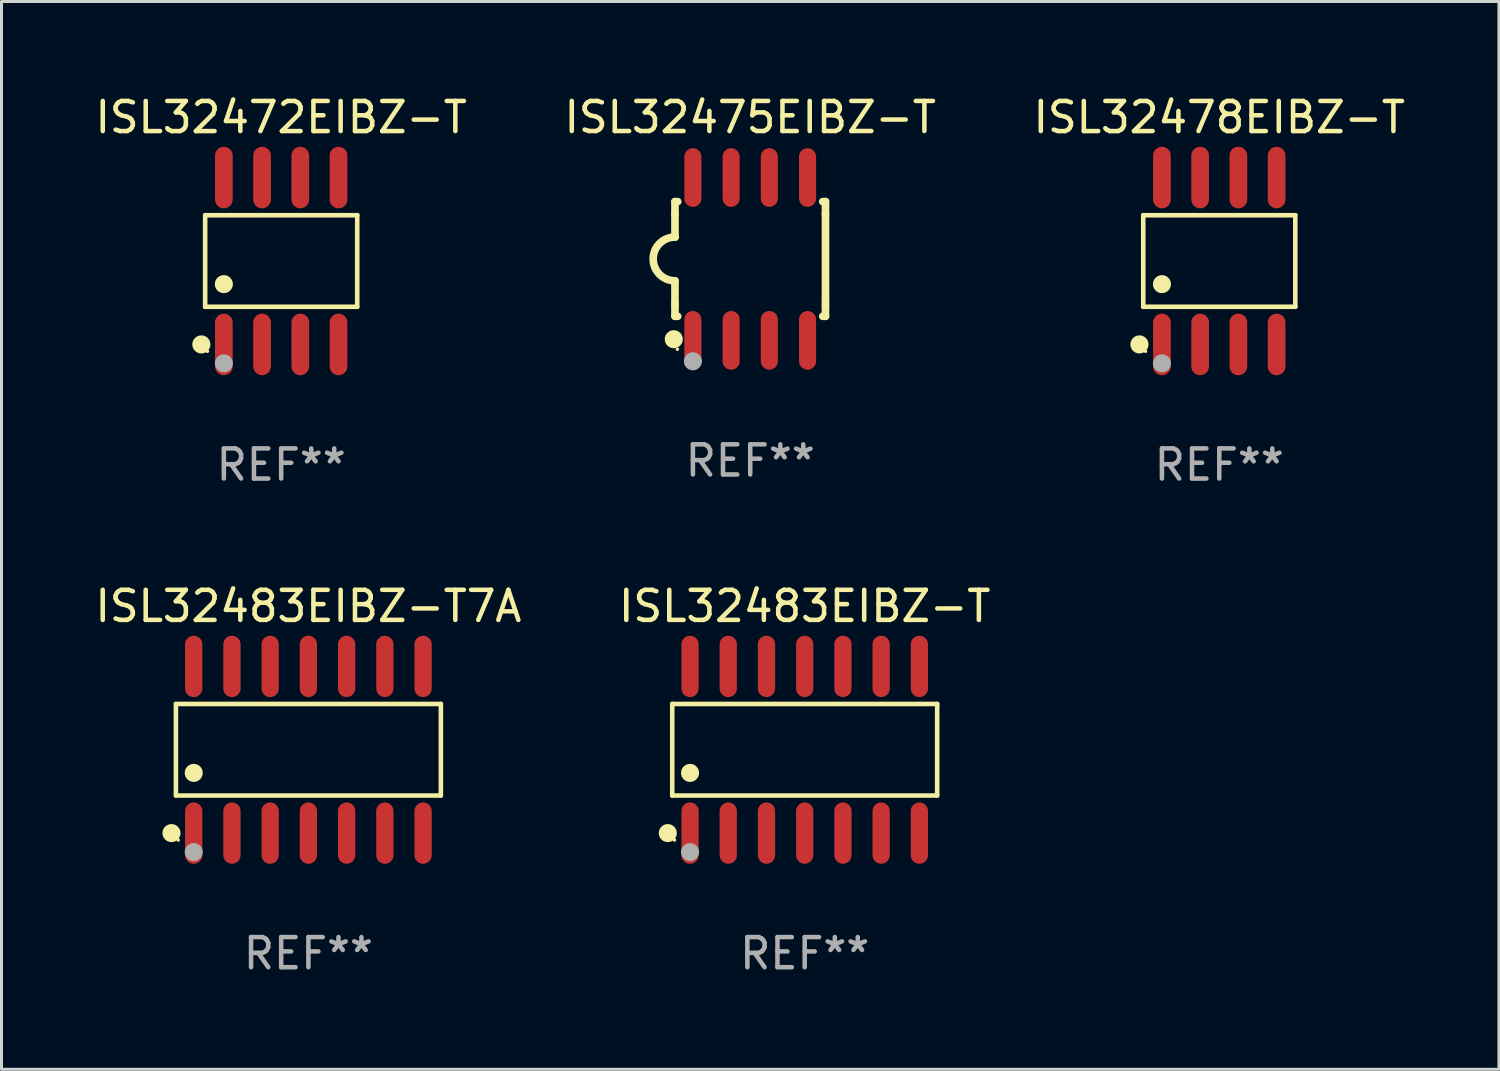
<source format=kicad_pcb>
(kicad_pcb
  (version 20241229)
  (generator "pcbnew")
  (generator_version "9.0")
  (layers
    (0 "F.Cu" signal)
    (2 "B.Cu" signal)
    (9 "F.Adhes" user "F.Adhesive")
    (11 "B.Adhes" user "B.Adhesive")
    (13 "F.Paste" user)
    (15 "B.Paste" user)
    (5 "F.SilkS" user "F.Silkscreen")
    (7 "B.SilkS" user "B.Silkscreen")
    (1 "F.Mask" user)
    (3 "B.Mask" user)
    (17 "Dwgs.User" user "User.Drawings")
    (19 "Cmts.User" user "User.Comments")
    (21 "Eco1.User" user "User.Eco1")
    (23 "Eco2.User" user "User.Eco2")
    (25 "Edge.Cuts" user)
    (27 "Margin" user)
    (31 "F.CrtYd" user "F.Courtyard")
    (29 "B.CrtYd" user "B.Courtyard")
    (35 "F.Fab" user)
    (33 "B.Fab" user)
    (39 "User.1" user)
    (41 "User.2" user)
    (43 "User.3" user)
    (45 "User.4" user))
  (footprint "ISL32483EIBZ-T7A"
    (layer "F.Cu")
    (at 7.196 21.859)
    (property "Reference" "ISL32483EIBZ-T7A" (at 0 -4.769 0) (layer "F.SilkS") (effects (font (size 1 1) (thickness 0.15))))
    (attr through_hole)
    (fp_line (start -4.401 -1.521) (end 4.401 -1.521) (stroke (width 0.152) (type solid)) (layer "F.SilkS"))
    (fp_line (start -4.401 1.521) (end -4.401 -1.521) (stroke (width 0.152) (type solid)) (layer "F.SilkS"))
    (fp_line (start 4.401 -1.521) (end 4.401 1.521) (stroke (width 0.152) (type solid)) (layer "F.SilkS"))
    (fp_line (start 4.401 1.521) (end -4.401 1.521) (stroke (width 0.152) (type solid)) (layer "F.SilkS"))
    (fp_circle (center -4.549 2.769) (end -4.399 2.769) (stroke (width 0.3) (type solid)) (fill no) (layer "F.SilkS"))
    (fp_circle (center -4.325 3) (end -4.295 3) (stroke (width 0.06) (type solid)) (fill no) (layer "F.SilkS"))
    (fp_circle (center -3.81 0.769) (end -3.66 0.769) (stroke (width 0.3) (type solid)) (fill no) (layer "F.SilkS"))
    (fp_circle (center -3.81 3.4) (end -3.66 3.4) (stroke (width 0.3) (type solid)) (fill no) (layer "F.Fab"))
    (fp_text user "REF**" (at 0 6.769 0) (layer "F.Fab") (effects (font (size 1 1) (thickness 0.15))))
    (pad "1" smd oval (at -3.81 2.769) (size 0.574 2.038) (layers "F.Cu" "F.Mask" "F.Paste"))
    (pad "2" smd oval (at -2.54 2.769) (size 0.574 2.038) (layers "F.Cu" "F.Mask" "F.Paste"))
    (pad "3" smd oval (at -1.27 2.769) (size 0.574 2.038) (layers "F.Cu" "F.Mask" "F.Paste"))
    (pad "4" smd oval (at 0 2.769) (size 0.574 2.038) (layers "F.Cu" "F.Mask" "F.Paste"))
    (pad "5" smd oval (at 1.27 2.769) (size 0.574 2.038) (layers "F.Cu" "F.Mask" "F.Paste"))
    (pad "6" smd oval (at 2.54 2.769) (size 0.574 2.038) (layers "F.Cu" "F.Mask" "F.Paste"))
    (pad "7" smd oval (at 3.81 2.769) (size 0.574 2.038) (layers "F.Cu" "F.Mask" "F.Paste"))
    (pad "8" smd oval (at 3.81 -2.769) (size 0.574 2.038) (layers "F.Cu" "F.Mask" "F.Paste"))
    (pad "9" smd oval (at 2.54 -2.769) (size 0.574 2.038) (layers "F.Cu" "F.Mask" "F.Paste"))
    (pad "10" smd oval (at 1.27 -2.769) (size 0.574 2.038) (layers "F.Cu" "F.Mask" "F.Paste"))
    (pad "11" smd oval (at 0 -2.769) (size 0.574 2.038) (layers "F.Cu" "F.Mask" "F.Paste"))
    (pad "12" smd oval (at -1.27 -2.769) (size 0.574 2.038) (layers "F.Cu" "F.Mask" "F.Paste"))
    (pad "13" smd oval (at -2.54 -2.769) (size 0.574 2.038) (layers "F.Cu" "F.Mask" "F.Paste"))
    (pad "14" smd oval (at -3.81 -2.769) (size 0.574 2.038) (layers "F.Cu" "F.Mask" "F.Paste")))
  (footprint "ISL32478EIBZ-T"
    (layer "F.Cu")
    (at 37.458 5.621)
    (property "Reference" "ISL32478EIBZ-T" (at 0 -4.772 0) (layer "F.SilkS") (effects (font (size 1 1) (thickness 0.15))))
    (attr through_hole)
    (fp_line (start -2.526 -1.521) (end 2.526 -1.521) (stroke (width 0.152) (type solid)) (layer "F.SilkS"))
    (fp_line (start -2.526 1.521) (end -2.526 -1.521) (stroke (width 0.152) (type solid)) (layer "F.SilkS"))
    (fp_line (start 2.526 -1.521) (end 2.526 1.521) (stroke (width 0.152) (type solid)) (layer "F.SilkS"))
    (fp_line (start 2.526 1.521) (end -2.526 1.521) (stroke (width 0.152) (type solid)) (layer "F.SilkS"))
    (fp_circle (center -2.652 2.772) (end -2.501 2.772) (stroke (width 0.3) (type solid)) (fill no) (layer "F.SilkS"))
    (fp_circle (center -2.45 3) (end -2.42 3) (stroke (width 0.06) (type solid)) (fill no) (layer "F.SilkS"))
    (fp_circle (center -1.905 0.769) (end -1.755 0.769) (stroke (width 0.3) (type solid)) (fill no) (layer "F.SilkS"))
    (fp_circle (center -1.905 3.4) (end -1.755 3.4) (stroke (width 0.3) (type solid)) (fill no) (layer "F.Fab"))
    (fp_text user "REF**" (at 0 6.772 0) (layer "F.Fab") (effects (font (size 1 1) (thickness 0.15))))
    (pad "1" smd oval (at -1.905 2.772) (size 0.588 2.045) (layers "F.Cu" "F.Mask" "F.Paste"))
    (pad "2" smd oval (at -0.635 2.772) (size 0.588 2.045) (layers "F.Cu" "F.Mask" "F.Paste"))
    (pad "3" smd oval (at 0.635 2.772) (size 0.588 2.045) (layers "F.Cu" "F.Mask" "F.Paste"))
    (pad "4" smd oval (at 1.905 2.772) (size 0.588 2.045) (layers "F.Cu" "F.Mask" "F.Paste"))
    (pad "5" smd oval (at 1.905 -2.772) (size 0.588 2.045) (layers "F.Cu" "F.Mask" "F.Paste"))
    (pad "6" smd oval (at 0.635 -2.772) (size 0.588 2.045) (layers "F.Cu" "F.Mask" "F.Paste"))
    (pad "7" smd oval (at -0.635 -2.772) (size 0.588 2.045) (layers "F.Cu" "F.Mask" "F.Paste"))
    (pad "8" smd oval (at -1.905 -2.772) (size 0.588 2.045) (layers "F.Cu" "F.Mask" "F.Paste")))
  (footprint "ISL32483EIBZ-T"
    (layer "F.Cu")
    (at 23.685 21.859)
    (property "Reference" "ISL32483EIBZ-T" (at 0 -4.769 0) (layer "F.SilkS") (effects (font (size 1 1) (thickness 0.15))))
    (attr through_hole)
    (fp_line (start -4.401 -1.521) (end 4.401 -1.521) (stroke (width 0.152) (type solid)) (layer "F.SilkS"))
    (fp_line (start -4.401 1.521) (end -4.401 -1.521) (stroke (width 0.152) (type solid)) (layer "F.SilkS"))
    (fp_line (start 4.401 -1.521) (end 4.401 1.521) (stroke (width 0.152) (type solid)) (layer "F.SilkS"))
    (fp_line (start 4.401 1.521) (end -4.401 1.521) (stroke (width 0.152) (type solid)) (layer "F.SilkS"))
    (fp_circle (center -4.549 2.769) (end -4.399 2.769) (stroke (width 0.3) (type solid)) (fill no) (layer "F.SilkS"))
    (fp_circle (center -4.325 3) (end -4.295 3) (stroke (width 0.06) (type solid)) (fill no) (layer "F.SilkS"))
    (fp_circle (center -3.81 0.769) (end -3.66 0.769) (stroke (width 0.3) (type solid)) (fill no) (layer "F.SilkS"))
    (fp_circle (center -3.81 3.4) (end -3.66 3.4) (stroke (width 0.3) (type solid)) (fill no) (layer "F.Fab"))
    (fp_text user "REF**" (at 0 6.769 0) (layer "F.Fab") (effects (font (size 1 1) (thickness 0.15))))
    (pad "1" smd oval (at -3.81 2.769) (size 0.574 2.038) (layers "F.Cu" "F.Mask" "F.Paste"))
    (pad "2" smd oval (at -2.54 2.769) (size 0.574 2.038) (layers "F.Cu" "F.Mask" "F.Paste"))
    (pad "3" smd oval (at -1.27 2.769) (size 0.574 2.038) (layers "F.Cu" "F.Mask" "F.Paste"))
    (pad "4" smd oval (at 0 2.769) (size 0.574 2.038) (layers "F.Cu" "F.Mask" "F.Paste"))
    (pad "5" smd oval (at 1.27 2.769) (size 0.574 2.038) (layers "F.Cu" "F.Mask" "F.Paste"))
    (pad "6" smd oval (at 2.54 2.769) (size 0.574 2.038) (layers "F.Cu" "F.Mask" "F.Paste"))
    (pad "7" smd oval (at 3.81 2.769) (size 0.574 2.038) (layers "F.Cu" "F.Mask" "F.Paste"))
    (pad "8" smd oval (at 3.81 -2.769) (size 0.574 2.038) (layers "F.Cu" "F.Mask" "F.Paste"))
    (pad "9" smd oval (at 2.54 -2.769) (size 0.574 2.038) (layers "F.Cu" "F.Mask" "F.Paste"))
    (pad "10" smd oval (at 1.27 -2.769) (size 0.574 2.038) (layers "F.Cu" "F.Mask" "F.Paste"))
    (pad "11" smd oval (at 0 -2.769) (size 0.574 2.038) (layers "F.Cu" "F.Mask" "F.Paste"))
    (pad "12" smd oval (at -1.27 -2.769) (size 0.574 2.038) (layers "F.Cu" "F.Mask" "F.Paste"))
    (pad "13" smd oval (at -2.54 -2.769) (size 0.574 2.038) (layers "F.Cu" "F.Mask" "F.Paste"))
    (pad "14" smd oval (at -3.81 -2.769) (size 0.574 2.038) (layers "F.Cu" "F.Mask" "F.Paste")))
  (footprint "ISL32472EIBZ-T"
    (layer "F.Cu")
    (at 6.292 5.621)
    (property "Reference" "ISL32472EIBZ-T" (at 0 -4.772 0) (layer "F.SilkS") (effects (font (size 1 1) (thickness 0.15))))
    (attr through_hole)
    (fp_line (start -2.526 -1.521) (end 2.526 -1.521) (stroke (width 0.152) (type solid)) (layer "F.SilkS"))
    (fp_line (start -2.526 1.521) (end -2.526 -1.521) (stroke (width 0.152) (type solid)) (layer "F.SilkS"))
    (fp_line (start 2.526 -1.521) (end 2.526 1.521) (stroke (width 0.152) (type solid)) (layer "F.SilkS"))
    (fp_line (start 2.526 1.521) (end -2.526 1.521) (stroke (width 0.152) (type solid)) (layer "F.SilkS"))
    (fp_circle (center -2.652 2.772) (end -2.501 2.772) (stroke (width 0.3) (type solid)) (fill no) (layer "F.SilkS"))
    (fp_circle (center -2.45 3) (end -2.42 3) (stroke (width 0.06) (type solid)) (fill no) (layer "F.SilkS"))
    (fp_circle (center -1.905 0.769) (end -1.755 0.769) (stroke (width 0.3) (type solid)) (fill no) (layer "F.SilkS"))
    (fp_circle (center -1.905 3.4) (end -1.755 3.4) (stroke (width 0.3) (type solid)) (fill no) (layer "F.Fab"))
    (fp_text user "REF**" (at 0 6.772 0) (layer "F.Fab") (effects (font (size 1 1) (thickness 0.15))))
    (pad "1" smd oval (at -1.905 2.772) (size 0.588 2.045) (layers "F.Cu" "F.Mask" "F.Paste"))
    (pad "2" smd oval (at -0.635 2.772) (size 0.588 2.045) (layers "F.Cu" "F.Mask" "F.Paste"))
    (pad "3" smd oval (at 0.635 2.772) (size 0.588 2.045) (layers "F.Cu" "F.Mask" "F.Paste"))
    (pad "4" smd oval (at 1.905 2.772) (size 0.588 2.045) (layers "F.Cu" "F.Mask" "F.Paste"))
    (pad "5" smd oval (at 1.905 -2.772) (size 0.588 2.045) (layers "F.Cu" "F.Mask" "F.Paste"))
    (pad "6" smd oval (at 0.635 -2.772) (size 0.588 2.045) (layers "F.Cu" "F.Mask" "F.Paste"))
    (pad "7" smd oval (at -0.635 -2.772) (size 0.588 2.045) (layers "F.Cu" "F.Mask" "F.Paste"))
    (pad "8" smd oval (at -1.905 -2.772) (size 0.588 2.045) (layers "F.Cu" "F.Mask" "F.Paste")))
  (footprint "ISL32475EIBZ-T"
    (layer "F.Cu")
    (at 21.875 5.553)
    (property "Reference" "ISL32475EIBZ-T" (at 0 -4.705 0) (layer "F.SilkS") (effects (font (size 1 1) (thickness 0.15))))
    (attr through_hole)
    (fp_line (start -2.5 -1.905) (end -2.409 -1.905) (stroke (width 0.254) (type solid)) (layer "F.SilkS"))
    (fp_line (start -2.5 -1.5) (end -2.5 -1.905) (stroke (width 0.254) (type solid)) (layer "F.SilkS"))
    (fp_line (start -2.5 -1.5) (end -2.5 -0.726) (stroke (width 0.254) (type solid)) (layer "F.SilkS"))
    (fp_line (start -2.5 1.5) (end -2.5 0.727) (stroke (width 0.254) (type solid)) (layer "F.SilkS"))
    (fp_line (start -2.5 1.5) (end -2.5 1.905) (stroke (width 0.254) (type solid)) (layer "F.SilkS"))
    (fp_line (start -2.5 1.905) (end -2.409 1.905) (stroke (width 0.254) (type solid)) (layer "F.SilkS"))
    (fp_line (start 2.5 -1.905) (end 2.409 -1.905) (stroke (width 0.254) (type solid)) (layer "F.SilkS"))
    (fp_line (start 2.5 -1.5) (end 2.5 -1.905) (stroke (width 0.254) (type solid)) (layer "F.SilkS"))
    (fp_line (start 2.5 -1.5) (end 2.5 1.5) (stroke (width 0.254) (type solid)) (layer "F.SilkS"))
    (fp_line (start 2.5 1.5) (end 2.5 1.905) (stroke (width 0.254) (type solid)) (layer "F.SilkS"))
    (fp_line (start 2.5 1.905) (end 2.409 1.905) (stroke (width 0.254) (type solid)) (layer "F.SilkS"))
    (fp_arc (start -2.5 0.726568) (mid -3.220316 -0.0023) (end -2.495097 -0.726289) (stroke (width 0.254001) (type solid)) (layer "F.SilkS"))
    (fp_circle (center -2.54 2.667) (end -2.39 2.667) (stroke (width 0.3) (type solid)) (fill no) (layer "F.SilkS"))
    (fp_circle (center -2.42 3) (end -2.39 3) (stroke (width 0.06) (type solid)) (fill no) (layer "F.SilkS"))
    (fp_circle (center -1.905 3.4) (end -1.755 3.4) (stroke (width 0.3) (type solid)) (fill no) (layer "F.Fab"))
    (fp_text user "REF**" (at 0 6.705 0) (layer "F.Fab") (effects (font (size 1 1) (thickness 0.15))))
    (pad "1" smd oval (at -1.905 2.705) (size 0.568 1.95) (layers "F.Cu" "F.Mask" "F.Paste"))
    (pad "2" smd oval (at -0.635 2.705) (size 0.568 1.95) (layers "F.Cu" "F.Mask" "F.Paste"))
    (pad "3" smd oval (at 0.635 2.705) (size 0.568 1.95) (layers "F.Cu" "F.Mask" "F.Paste"))
    (pad "4" smd oval (at 1.905 2.705) (size 0.568 1.95) (layers "F.Cu" "F.Mask" "F.Paste"))
    (pad "5" smd oval (at 1.905 -2.705) (size 0.568 1.95) (layers "F.Cu" "F.Mask" "F.Paste"))
    (pad "6" smd oval (at 0.635 -2.705) (size 0.568 1.95) (layers "F.Cu" "F.Mask" "F.Paste"))
    (pad "7" smd oval (at -0.635 -2.705) (size 0.568 1.95) (layers "F.Cu" "F.Mask" "F.Paste"))
    (pad "8" smd oval (at -1.905 -2.705) (size 0.568 1.95) (layers "F.Cu" "F.Mask" "F.Paste")))
  (gr_rect
    (start -3 -3)
    (end 46.75 32.476)
    (stroke (width 0.1) (type default))
    (fill no)
    (layer "Edge.Cuts")))
</source>
